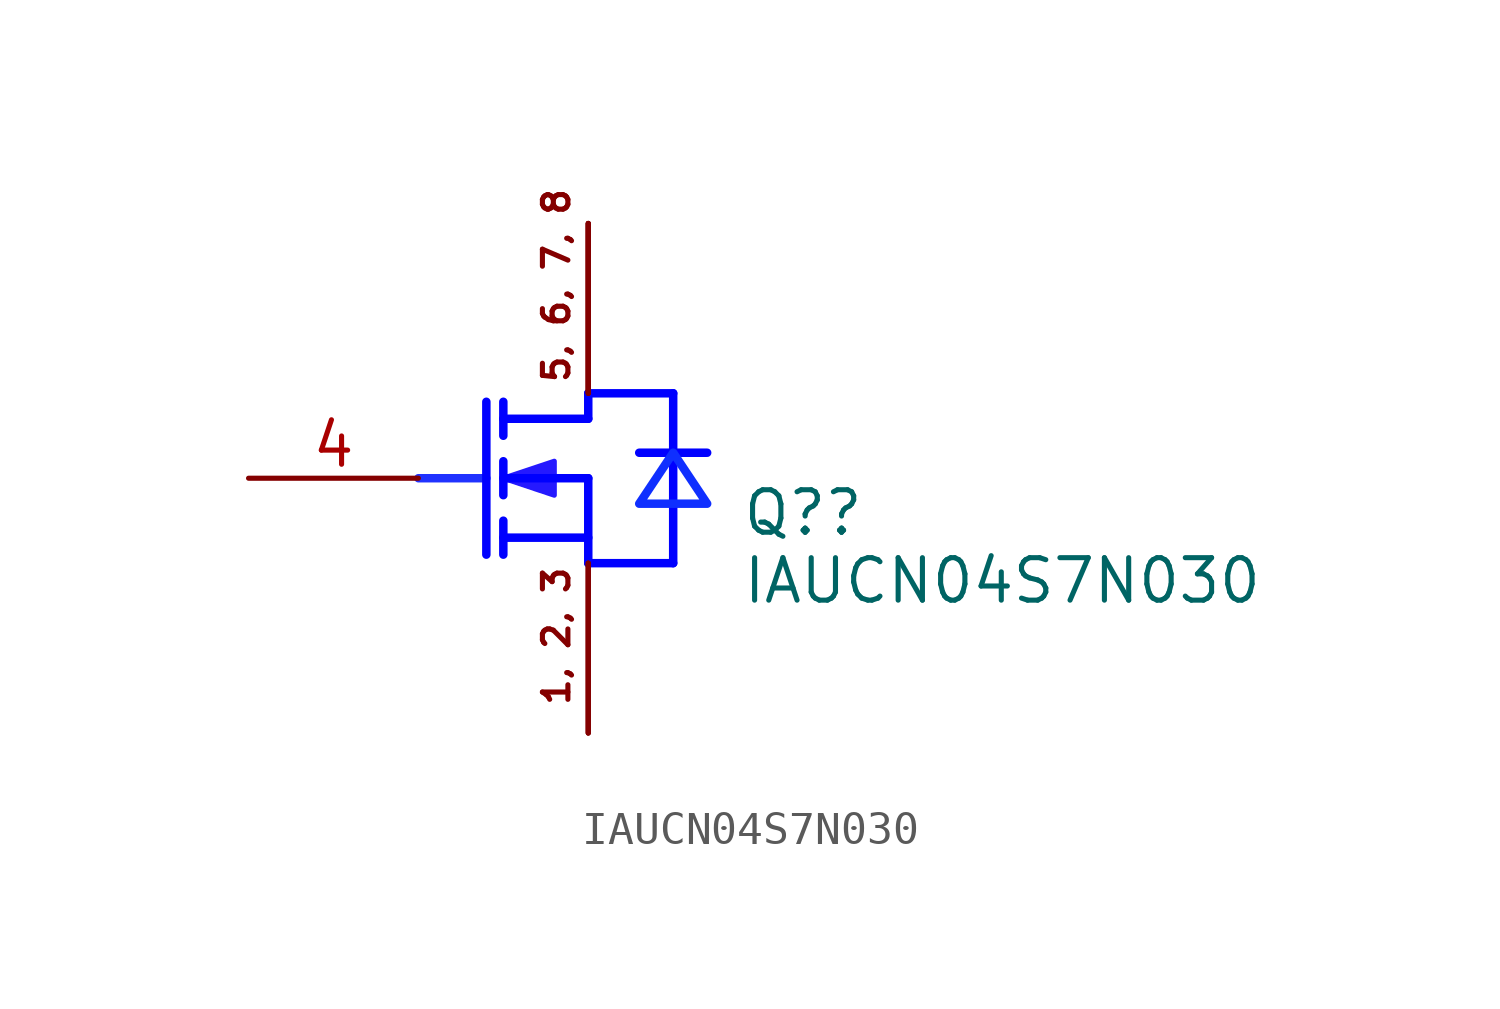
<source format=kicad_sym>
(kicad_symbol_lib
  (version 20241209)
  (generator "kicad_symbol_editor")
  (generator_version "9.0")
  (symbol "IAUCN04S7N030"
    (property "Reference" "Q?"
      (at 9.652 -4.318 0)
      (effects (font (size 1.27 1.27)) (justify left bottom)))
    (property "Value" "IAUCN04S7N030"
      (at 9.652 -6.35 0)
      (effects (font (size 1.27 1.27)) (justify left bottom)))
    (symbol "IAUCN04S7N030_1_0"
      (polyline (pts (xy 0 -2.54) (xy 2.032 -2.54)) (stroke (width 0.254) (type solid) (color 32 50 255 1)) (fill (type none)))
      (polyline (pts (xy 2.032 -0.254) (xy 2.032 -4.826)) (stroke (width 0.254) (type solid) (color 0 0 255 1)) (fill (type none)))
      (polyline (pts (xy 2.54 -0.254) (xy 2.54 -1.27)) (stroke (width 0.254) (type solid) (color 0 0 255 1)) (fill (type none)))
      (polyline (pts (xy 2.54 -2.54) (xy 4.064 -3.048) (xy 4.064 -2.032) (xy 2.54 -2.54)) (stroke (width 0) (type solid) (color 37 25 255 1)) (fill (type outline)))
      (polyline (pts (xy 2.54 -3.048) (xy 2.54 -2.032)) (stroke (width 0.254) (type solid) (color 0 0 255 1)) (fill (type none)))
      (polyline (pts (xy 2.54 -4.826) (xy 2.54 -3.81)) (stroke (width 0.254) (type solid) (color 0 0 255 1)) (fill (type none)))
      (polyline (pts (xy 5.08 0) (xy 7.62 0)) (stroke (width 0.254) (type solid) (color 0 0 255 1)) (fill (type none)))
      (polyline (pts (xy 5.08 -0.762) (xy 2.54 -0.762)) (stroke (width 0.254) (type solid) (color 0 0 255 1)) (fill (type none)))
      (polyline (pts (xy 5.08 -0.762) (xy 5.08 0)) (stroke (width 0.254) (type solid) (color 0 0 255 1)) (fill (type none)))
      (polyline (pts (xy 5.08 -2.54) (xy 2.54 -2.54)) (stroke (width 0.254) (type solid) (color 0 0 255 1)) (fill (type none)))
      (polyline (pts (xy 5.08 -2.54) (xy 5.08 -5.08)) (stroke (width 0.254) (type solid) (color 0 0 255 1)) (fill (type none)))
      (polyline (pts (xy 5.08 -4.318) (xy 2.54 -4.318)) (stroke (width 0.254) (type solid) (color 0 0 255 1)) (fill (type none)))
      (polyline (pts (xy 5.08 -5.08) (xy 7.62 -5.08)) (stroke (width 0.254) (type solid) (color 0 0 255 1)) (fill (type none)))
      (polyline (pts (xy 6.604 -1.778) (xy 8.636 -1.778)) (stroke (width 0.254) (type solid) (color 0 0 255 1)) (fill (type none)))
      (polyline (pts (xy 7.62 0) (xy 7.62 -5.08)) (stroke (width 0.254) (type solid) (color 0 0 255 1)) (fill (type none)))
      (polyline (pts (xy 7.62 -1.778) (xy 6.604 -3.302) (xy 8.636 -3.302) (xy 7.62 -1.778) (xy 7.62 -1.778)) (stroke (width 0.254) (type solid) (color 15 47 255 1)) (fill (type none)))
      (text "5, 6, 7, 8" (at 4.572 0.254 900) (effects (font (size 0.762 0.762)) (justify left bottom)))
      (text "1, 2, 3" (at 4.572 -9.398 900) (effects (font (size 0.762 0.762)) (justify left bottom)))
      (pin passive line (at -5.08 -2.54 0) (length 5.08) (name "GATE" (effects (font (size 0 0)))) (number "4" (effects (font (size 1.27 1.27)))))
      (pin passive line (at 5.08 5.08 270) (length 5.08) (name "DRAIN" (effects (font (size 0 0)))) (number "5" (effects (font (size 0 0)))))
      (pin passive line (at 5.08 5.08 270) (length 5.08) (name "DRAIN" (effects (font (size 0 0)))) (number "6" (effects (font (size 0 0)))))
      (pin passive line (at 5.08 5.08 270) (length 5.08) (name "DRAIN" (effects (font (size 0 0)))) (number "7" (effects (font (size 0 0)))))
      (pin passive line (at 5.08 5.08 270) (length 5.08) (name "DRAIN" (effects (font (size 0 0)))) (number "8" (effects (font (size 0 0)))))
      (pin passive line (at 5.08 -10.16 90) (length 5.08) (name "SOURCE" (effects (font (size 0 0)))) (number "1" (effects (font (size 0 0)))))
      (pin passive line (at 5.08 -10.16 90) (length 5.08) (name "SOURCE" (effects (font (size 0 0)))) (number "2" (effects (font (size 0 0)))))
      (pin passive line (at 5.08 -10.16 90) (length 5.08) (name "SOURCE" (effects (font (size 0 0)))) (number "3" (effects (font (size 0 0))))))))
</source>
